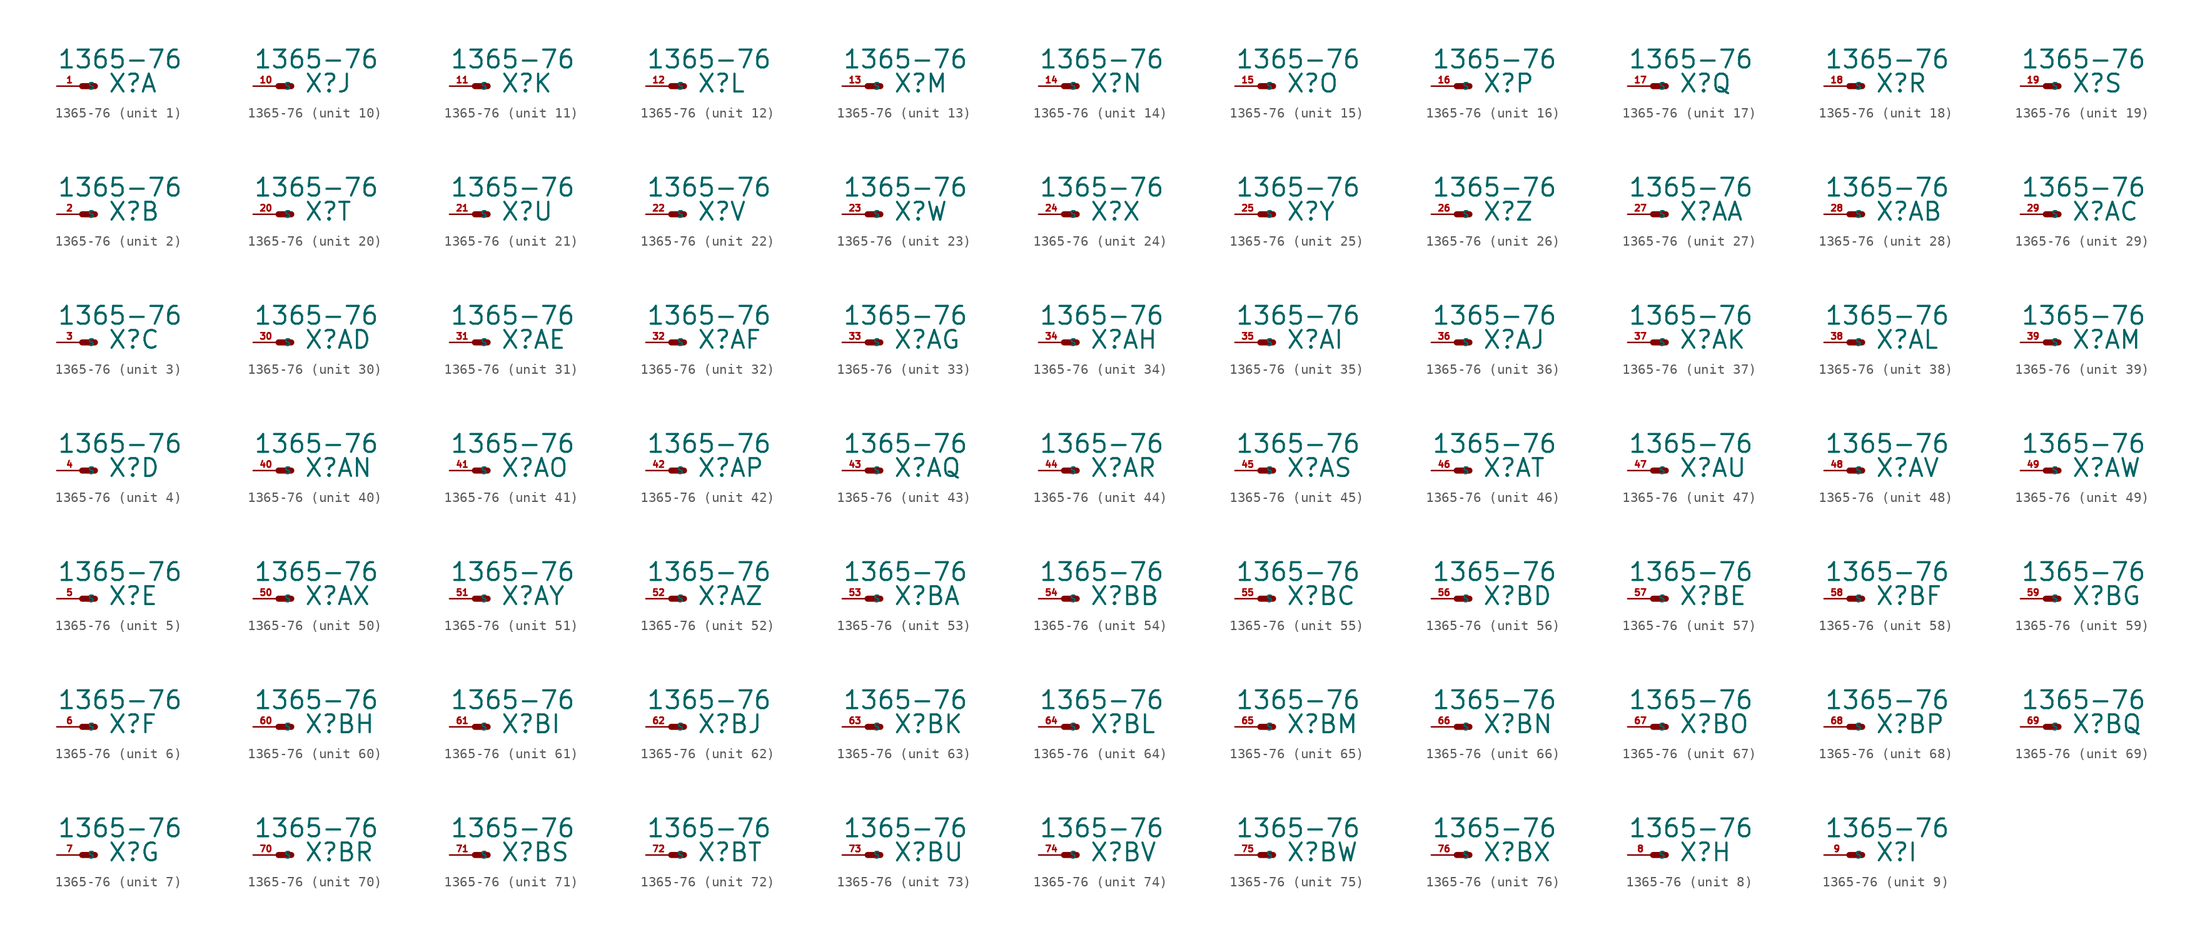
<source format=kicad_sym>
(kicad_symbol_lib
  (version 20220914)
  (generator Eagle2Kicad)
  (symbol "1365-76"
    (property "Reference" "X"
      (at 2.54 -0.762 0)
      (effects (font (size 1.778 1.778) (thickness 0.22)) (justify left bottom)))
    (property "Value" "1365-76"
      (at -2.54 1.651 0)
      (effects (font (size 1.778 1.778) (thickness 0.22)) (justify left bottom)))
    (symbol "1365-76_1_0"
      (polyline (pts (xy 0 0) (xy 1.27 0)) (stroke (width 0.61) (type default)) (fill (type none)))
      (pin passive line (at -2.54 0 0) (length 2.54) (name "S" (effects (font (size 0.635 0.635) (thickness 0.08)) (justify left bottom))) (number "1" (effects (font (size 0.635 0.635) (thickness 0.08)) (justify left bottom)))))
    (symbol "1365-76_2_0"
      (polyline (pts (xy 0 0) (xy 1.27 0)) (stroke (width 0.61) (type default)) (fill (type none)))
      (pin passive line (at -2.54 0 0) (length 2.54) (name "S" (effects (font (size 0.635 0.635) (thickness 0.08)) (justify left bottom))) (number "2" (effects (font (size 0.635 0.635) (thickness 0.08)) (justify left bottom)))))
    (symbol "1365-76_3_0"
      (polyline (pts (xy 0 0) (xy 1.27 0)) (stroke (width 0.61) (type default)) (fill (type none)))
      (pin passive line (at -2.54 0 0) (length 2.54) (name "S" (effects (font (size 0.635 0.635) (thickness 0.08)) (justify left bottom))) (number "3" (effects (font (size 0.635 0.635) (thickness 0.08)) (justify left bottom)))))
    (symbol "1365-76_4_0"
      (polyline (pts (xy 0 0) (xy 1.27 0)) (stroke (width 0.61) (type default)) (fill (type none)))
      (pin passive line (at -2.54 0 0) (length 2.54) (name "S" (effects (font (size 0.635 0.635) (thickness 0.08)) (justify left bottom))) (number "4" (effects (font (size 0.635 0.635) (thickness 0.08)) (justify left bottom)))))
    (symbol "1365-76_5_0"
      (polyline (pts (xy 0 0) (xy 1.27 0)) (stroke (width 0.61) (type default)) (fill (type none)))
      (pin passive line (at -2.54 0 0) (length 2.54) (name "S" (effects (font (size 0.635 0.635) (thickness 0.08)) (justify left bottom))) (number "5" (effects (font (size 0.635 0.635) (thickness 0.08)) (justify left bottom)))))
    (symbol "1365-76_6_0"
      (polyline (pts (xy 0 0) (xy 1.27 0)) (stroke (width 0.61) (type default)) (fill (type none)))
      (pin passive line (at -2.54 0 0) (length 2.54) (name "S" (effects (font (size 0.635 0.635) (thickness 0.08)) (justify left bottom))) (number "6" (effects (font (size 0.635 0.635) (thickness 0.08)) (justify left bottom)))))
    (symbol "1365-76_7_0"
      (polyline (pts (xy 0 0) (xy 1.27 0)) (stroke (width 0.61) (type default)) (fill (type none)))
      (pin passive line (at -2.54 0 0) (length 2.54) (name "S" (effects (font (size 0.635 0.635) (thickness 0.08)) (justify left bottom))) (number "7" (effects (font (size 0.635 0.635) (thickness 0.08)) (justify left bottom)))))
    (symbol "1365-76_8_0"
      (polyline (pts (xy 0 0) (xy 1.27 0)) (stroke (width 0.61) (type default)) (fill (type none)))
      (pin passive line (at -2.54 0 0) (length 2.54) (name "S" (effects (font (size 0.635 0.635) (thickness 0.08)) (justify left bottom))) (number "8" (effects (font (size 0.635 0.635) (thickness 0.08)) (justify left bottom)))))
    (symbol "1365-76_9_0"
      (polyline (pts (xy 0 0) (xy 1.27 0)) (stroke (width 0.61) (type default)) (fill (type none)))
      (pin passive line (at -2.54 0 0) (length 2.54) (name "S" (effects (font (size 0.635 0.635) (thickness 0.08)) (justify left bottom))) (number "9" (effects (font (size 0.635 0.635) (thickness 0.08)) (justify left bottom)))))
    (symbol "1365-76_10_0"
      (polyline (pts (xy 0 0) (xy 1.27 0)) (stroke (width 0.61) (type default)) (fill (type none)))
      (pin passive line (at -2.54 0 0) (length 2.54) (name "S" (effects (font (size 0.635 0.635) (thickness 0.08)) (justify left bottom))) (number "10" (effects (font (size 0.635 0.635) (thickness 0.08)) (justify left bottom)))))
    (symbol "1365-76_11_0"
      (polyline (pts (xy 0 0) (xy 1.27 0)) (stroke (width 0.61) (type default)) (fill (type none)))
      (pin passive line (at -2.54 0 0) (length 2.54) (name "S" (effects (font (size 0.635 0.635) (thickness 0.08)) (justify left bottom))) (number "11" (effects (font (size 0.635 0.635) (thickness 0.08)) (justify left bottom)))))
    (symbol "1365-76_12_0"
      (polyline (pts (xy 0 0) (xy 1.27 0)) (stroke (width 0.61) (type default)) (fill (type none)))
      (pin passive line (at -2.54 0 0) (length 2.54) (name "S" (effects (font (size 0.635 0.635) (thickness 0.08)) (justify left bottom))) (number "12" (effects (font (size 0.635 0.635) (thickness 0.08)) (justify left bottom)))))
    (symbol "1365-76_13_0"
      (polyline (pts (xy 0 0) (xy 1.27 0)) (stroke (width 0.61) (type default)) (fill (type none)))
      (pin passive line (at -2.54 0 0) (length 2.54) (name "S" (effects (font (size 0.635 0.635) (thickness 0.08)) (justify left bottom))) (number "13" (effects (font (size 0.635 0.635) (thickness 0.08)) (justify left bottom)))))
    (symbol "1365-76_14_0"
      (polyline (pts (xy 0 0) (xy 1.27 0)) (stroke (width 0.61) (type default)) (fill (type none)))
      (pin passive line (at -2.54 0 0) (length 2.54) (name "S" (effects (font (size 0.635 0.635) (thickness 0.08)) (justify left bottom))) (number "14" (effects (font (size 0.635 0.635) (thickness 0.08)) (justify left bottom)))))
    (symbol "1365-76_15_0"
      (polyline (pts (xy 0 0) (xy 1.27 0)) (stroke (width 0.61) (type default)) (fill (type none)))
      (pin passive line (at -2.54 0 0) (length 2.54) (name "S" (effects (font (size 0.635 0.635) (thickness 0.08)) (justify left bottom))) (number "15" (effects (font (size 0.635 0.635) (thickness 0.08)) (justify left bottom)))))
    (symbol "1365-76_16_0"
      (polyline (pts (xy 0 0) (xy 1.27 0)) (stroke (width 0.61) (type default)) (fill (type none)))
      (pin passive line (at -2.54 0 0) (length 2.54) (name "S" (effects (font (size 0.635 0.635) (thickness 0.08)) (justify left bottom))) (number "16" (effects (font (size 0.635 0.635) (thickness 0.08)) (justify left bottom)))))
    (symbol "1365-76_17_0"
      (polyline (pts (xy 0 0) (xy 1.27 0)) (stroke (width 0.61) (type default)) (fill (type none)))
      (pin passive line (at -2.54 0 0) (length 2.54) (name "S" (effects (font (size 0.635 0.635) (thickness 0.08)) (justify left bottom))) (number "17" (effects (font (size 0.635 0.635) (thickness 0.08)) (justify left bottom)))))
    (symbol "1365-76_18_0"
      (polyline (pts (xy 0 0) (xy 1.27 0)) (stroke (width 0.61) (type default)) (fill (type none)))
      (pin passive line (at -2.54 0 0) (length 2.54) (name "S" (effects (font (size 0.635 0.635) (thickness 0.08)) (justify left bottom))) (number "18" (effects (font (size 0.635 0.635) (thickness 0.08)) (justify left bottom)))))
    (symbol "1365-76_19_0"
      (polyline (pts (xy 0 0) (xy 1.27 0)) (stroke (width 0.61) (type default)) (fill (type none)))
      (pin passive line (at -2.54 0 0) (length 2.54) (name "S" (effects (font (size 0.635 0.635) (thickness 0.08)) (justify left bottom))) (number "19" (effects (font (size 0.635 0.635) (thickness 0.08)) (justify left bottom)))))
    (symbol "1365-76_20_0"
      (polyline (pts (xy 0 0) (xy 1.27 0)) (stroke (width 0.61) (type default)) (fill (type none)))
      (pin passive line (at -2.54 0 0) (length 2.54) (name "S" (effects (font (size 0.635 0.635) (thickness 0.08)) (justify left bottom))) (number "20" (effects (font (size 0.635 0.635) (thickness 0.08)) (justify left bottom)))))
    (symbol "1365-76_21_0"
      (polyline (pts (xy 0 0) (xy 1.27 0)) (stroke (width 0.61) (type default)) (fill (type none)))
      (pin passive line (at -2.54 0 0) (length 2.54) (name "S" (effects (font (size 0.635 0.635) (thickness 0.08)) (justify left bottom))) (number "21" (effects (font (size 0.635 0.635) (thickness 0.08)) (justify left bottom)))))
    (symbol "1365-76_22_0"
      (polyline (pts (xy 0 0) (xy 1.27 0)) (stroke (width 0.61) (type default)) (fill (type none)))
      (pin passive line (at -2.54 0 0) (length 2.54) (name "S" (effects (font (size 0.635 0.635) (thickness 0.08)) (justify left bottom))) (number "22" (effects (font (size 0.635 0.635) (thickness 0.08)) (justify left bottom)))))
    (symbol "1365-76_23_0"
      (polyline (pts (xy 0 0) (xy 1.27 0)) (stroke (width 0.61) (type default)) (fill (type none)))
      (pin passive line (at -2.54 0 0) (length 2.54) (name "S" (effects (font (size 0.635 0.635) (thickness 0.08)) (justify left bottom))) (number "23" (effects (font (size 0.635 0.635) (thickness 0.08)) (justify left bottom)))))
    (symbol "1365-76_24_0"
      (polyline (pts (xy 0 0) (xy 1.27 0)) (stroke (width 0.61) (type default)) (fill (type none)))
      (pin passive line (at -2.54 0 0) (length 2.54) (name "S" (effects (font (size 0.635 0.635) (thickness 0.08)) (justify left bottom))) (number "24" (effects (font (size 0.635 0.635) (thickness 0.08)) (justify left bottom)))))
    (symbol "1365-76_25_0"
      (polyline (pts (xy 0 0) (xy 1.27 0)) (stroke (width 0.61) (type default)) (fill (type none)))
      (pin passive line (at -2.54 0 0) (length 2.54) (name "S" (effects (font (size 0.635 0.635) (thickness 0.08)) (justify left bottom))) (number "25" (effects (font (size 0.635 0.635) (thickness 0.08)) (justify left bottom)))))
    (symbol "1365-76_26_0"
      (polyline (pts (xy 0 0) (xy 1.27 0)) (stroke (width 0.61) (type default)) (fill (type none)))
      (pin passive line (at -2.54 0 0) (length 2.54) (name "S" (effects (font (size 0.635 0.635) (thickness 0.08)) (justify left bottom))) (number "26" (effects (font (size 0.635 0.635) (thickness 0.08)) (justify left bottom)))))
    (symbol "1365-76_27_0"
      (polyline (pts (xy 0 0) (xy 1.27 0)) (stroke (width 0.61) (type default)) (fill (type none)))
      (pin passive line (at -2.54 0 0) (length 2.54) (name "S" (effects (font (size 0.635 0.635) (thickness 0.08)) (justify left bottom))) (number "27" (effects (font (size 0.635 0.635) (thickness 0.08)) (justify left bottom)))))
    (symbol "1365-76_28_0"
      (polyline (pts (xy 0 0) (xy 1.27 0)) (stroke (width 0.61) (type default)) (fill (type none)))
      (pin passive line (at -2.54 0 0) (length 2.54) (name "S" (effects (font (size 0.635 0.635) (thickness 0.08)) (justify left bottom))) (number "28" (effects (font (size 0.635 0.635) (thickness 0.08)) (justify left bottom)))))
    (symbol "1365-76_29_0"
      (polyline (pts (xy 0 0) (xy 1.27 0)) (stroke (width 0.61) (type default)) (fill (type none)))
      (pin passive line (at -2.54 0 0) (length 2.54) (name "S" (effects (font (size 0.635 0.635) (thickness 0.08)) (justify left bottom))) (number "29" (effects (font (size 0.635 0.635) (thickness 0.08)) (justify left bottom)))))
    (symbol "1365-76_30_0"
      (polyline (pts (xy 0 0) (xy 1.27 0)) (stroke (width 0.61) (type default)) (fill (type none)))
      (pin passive line (at -2.54 0 0) (length 2.54) (name "S" (effects (font (size 0.635 0.635) (thickness 0.08)) (justify left bottom))) (number "30" (effects (font (size 0.635 0.635) (thickness 0.08)) (justify left bottom)))))
    (symbol "1365-76_31_0"
      (polyline (pts (xy 0 0) (xy 1.27 0)) (stroke (width 0.61) (type default)) (fill (type none)))
      (pin passive line (at -2.54 0 0) (length 2.54) (name "S" (effects (font (size 0.635 0.635) (thickness 0.08)) (justify left bottom))) (number "31" (effects (font (size 0.635 0.635) (thickness 0.08)) (justify left bottom)))))
    (symbol "1365-76_32_0"
      (polyline (pts (xy 0 0) (xy 1.27 0)) (stroke (width 0.61) (type default)) (fill (type none)))
      (pin passive line (at -2.54 0 0) (length 2.54) (name "S" (effects (font (size 0.635 0.635) (thickness 0.08)) (justify left bottom))) (number "32" (effects (font (size 0.635 0.635) (thickness 0.08)) (justify left bottom)))))
    (symbol "1365-76_33_0"
      (polyline (pts (xy 0 0) (xy 1.27 0)) (stroke (width 0.61) (type default)) (fill (type none)))
      (pin passive line (at -2.54 0 0) (length 2.54) (name "S" (effects (font (size 0.635 0.635) (thickness 0.08)) (justify left bottom))) (number "33" (effects (font (size 0.635 0.635) (thickness 0.08)) (justify left bottom)))))
    (symbol "1365-76_34_0"
      (polyline (pts (xy 0 0) (xy 1.27 0)) (stroke (width 0.61) (type default)) (fill (type none)))
      (pin passive line (at -2.54 0 0) (length 2.54) (name "S" (effects (font (size 0.635 0.635) (thickness 0.08)) (justify left bottom))) (number "34" (effects (font (size 0.635 0.635) (thickness 0.08)) (justify left bottom)))))
    (symbol "1365-76_35_0"
      (polyline (pts (xy 0 0) (xy 1.27 0)) (stroke (width 0.61) (type default)) (fill (type none)))
      (pin passive line (at -2.54 0 0) (length 2.54) (name "S" (effects (font (size 0.635 0.635) (thickness 0.08)) (justify left bottom))) (number "35" (effects (font (size 0.635 0.635) (thickness 0.08)) (justify left bottom)))))
    (symbol "1365-76_36_0"
      (polyline (pts (xy 0 0) (xy 1.27 0)) (stroke (width 0.61) (type default)) (fill (type none)))
      (pin passive line (at -2.54 0 0) (length 2.54) (name "S" (effects (font (size 0.635 0.635) (thickness 0.08)) (justify left bottom))) (number "36" (effects (font (size 0.635 0.635) (thickness 0.08)) (justify left bottom)))))
    (symbol "1365-76_37_0"
      (polyline (pts (xy 0 0) (xy 1.27 0)) (stroke (width 0.61) (type default)) (fill (type none)))
      (pin passive line (at -2.54 0 0) (length 2.54) (name "S" (effects (font (size 0.635 0.635) (thickness 0.08)) (justify left bottom))) (number "37" (effects (font (size 0.635 0.635) (thickness 0.08)) (justify left bottom)))))
    (symbol "1365-76_38_0"
      (polyline (pts (xy 0 0) (xy 1.27 0)) (stroke (width 0.61) (type default)) (fill (type none)))
      (pin passive line (at -2.54 0 0) (length 2.54) (name "S" (effects (font (size 0.635 0.635) (thickness 0.08)) (justify left bottom))) (number "38" (effects (font (size 0.635 0.635) (thickness 0.08)) (justify left bottom)))))
    (symbol "1365-76_39_0"
      (polyline (pts (xy 0 0) (xy 1.27 0)) (stroke (width 0.61) (type default)) (fill (type none)))
      (pin passive line (at -2.54 0 0) (length 2.54) (name "S" (effects (font (size 0.635 0.635) (thickness 0.08)) (justify left bottom))) (number "39" (effects (font (size 0.635 0.635) (thickness 0.08)) (justify left bottom)))))
    (symbol "1365-76_40_0"
      (polyline (pts (xy 0 0) (xy 1.27 0)) (stroke (width 0.61) (type default)) (fill (type none)))
      (pin passive line (at -2.54 0 0) (length 2.54) (name "S" (effects (font (size 0.635 0.635) (thickness 0.08)) (justify left bottom))) (number "40" (effects (font (size 0.635 0.635) (thickness 0.08)) (justify left bottom)))))
    (symbol "1365-76_41_0"
      (polyline (pts (xy 0 0) (xy 1.27 0)) (stroke (width 0.61) (type default)) (fill (type none)))
      (pin passive line (at -2.54 0 0) (length 2.54) (name "S" (effects (font (size 0.635 0.635) (thickness 0.08)) (justify left bottom))) (number "41" (effects (font (size 0.635 0.635) (thickness 0.08)) (justify left bottom)))))
    (symbol "1365-76_42_0"
      (polyline (pts (xy 0 0) (xy 1.27 0)) (stroke (width 0.61) (type default)) (fill (type none)))
      (pin passive line (at -2.54 0 0) (length 2.54) (name "S" (effects (font (size 0.635 0.635) (thickness 0.08)) (justify left bottom))) (number "42" (effects (font (size 0.635 0.635) (thickness 0.08)) (justify left bottom)))))
    (symbol "1365-76_43_0"
      (polyline (pts (xy 0 0) (xy 1.27 0)) (stroke (width 0.61) (type default)) (fill (type none)))
      (pin passive line (at -2.54 0 0) (length 2.54) (name "S" (effects (font (size 0.635 0.635) (thickness 0.08)) (justify left bottom))) (number "43" (effects (font (size 0.635 0.635) (thickness 0.08)) (justify left bottom)))))
    (symbol "1365-76_44_0"
      (polyline (pts (xy 0 0) (xy 1.27 0)) (stroke (width 0.61) (type default)) (fill (type none)))
      (pin passive line (at -2.54 0 0) (length 2.54) (name "S" (effects (font (size 0.635 0.635) (thickness 0.08)) (justify left bottom))) (number "44" (effects (font (size 0.635 0.635) (thickness 0.08)) (justify left bottom)))))
    (symbol "1365-76_45_0"
      (polyline (pts (xy 0 0) (xy 1.27 0)) (stroke (width 0.61) (type default)) (fill (type none)))
      (pin passive line (at -2.54 0 0) (length 2.54) (name "S" (effects (font (size 0.635 0.635) (thickness 0.08)) (justify left bottom))) (number "45" (effects (font (size 0.635 0.635) (thickness 0.08)) (justify left bottom)))))
    (symbol "1365-76_46_0"
      (polyline (pts (xy 0 0) (xy 1.27 0)) (stroke (width 0.61) (type default)) (fill (type none)))
      (pin passive line (at -2.54 0 0) (length 2.54) (name "S" (effects (font (size 0.635 0.635) (thickness 0.08)) (justify left bottom))) (number "46" (effects (font (size 0.635 0.635) (thickness 0.08)) (justify left bottom)))))
    (symbol "1365-76_47_0"
      (polyline (pts (xy 0 0) (xy 1.27 0)) (stroke (width 0.61) (type default)) (fill (type none)))
      (pin passive line (at -2.54 0 0) (length 2.54) (name "S" (effects (font (size 0.635 0.635) (thickness 0.08)) (justify left bottom))) (number "47" (effects (font (size 0.635 0.635) (thickness 0.08)) (justify left bottom)))))
    (symbol "1365-76_48_0"
      (polyline (pts (xy 0 0) (xy 1.27 0)) (stroke (width 0.61) (type default)) (fill (type none)))
      (pin passive line (at -2.54 0 0) (length 2.54) (name "S" (effects (font (size 0.635 0.635) (thickness 0.08)) (justify left bottom))) (number "48" (effects (font (size 0.635 0.635) (thickness 0.08)) (justify left bottom)))))
    (symbol "1365-76_49_0"
      (polyline (pts (xy 0 0) (xy 1.27 0)) (stroke (width 0.61) (type default)) (fill (type none)))
      (pin passive line (at -2.54 0 0) (length 2.54) (name "S" (effects (font (size 0.635 0.635) (thickness 0.08)) (justify left bottom))) (number "49" (effects (font (size 0.635 0.635) (thickness 0.08)) (justify left bottom)))))
    (symbol "1365-76_50_0"
      (polyline (pts (xy 0 0) (xy 1.27 0)) (stroke (width 0.61) (type default)) (fill (type none)))
      (pin passive line (at -2.54 0 0) (length 2.54) (name "S" (effects (font (size 0.635 0.635) (thickness 0.08)) (justify left bottom))) (number "50" (effects (font (size 0.635 0.635) (thickness 0.08)) (justify left bottom)))))
    (symbol "1365-76_51_0"
      (polyline (pts (xy 0 0) (xy 1.27 0)) (stroke (width 0.61) (type default)) (fill (type none)))
      (pin passive line (at -2.54 0 0) (length 2.54) (name "S" (effects (font (size 0.635 0.635) (thickness 0.08)) (justify left bottom))) (number "51" (effects (font (size 0.635 0.635) (thickness 0.08)) (justify left bottom)))))
    (symbol "1365-76_52_0"
      (polyline (pts (xy 0 0) (xy 1.27 0)) (stroke (width 0.61) (type default)) (fill (type none)))
      (pin passive line (at -2.54 0 0) (length 2.54) (name "S" (effects (font (size 0.635 0.635) (thickness 0.08)) (justify left bottom))) (number "52" (effects (font (size 0.635 0.635) (thickness 0.08)) (justify left bottom)))))
    (symbol "1365-76_53_0"
      (polyline (pts (xy 0 0) (xy 1.27 0)) (stroke (width 0.61) (type default)) (fill (type none)))
      (pin passive line (at -2.54 0 0) (length 2.54) (name "S" (effects (font (size 0.635 0.635) (thickness 0.08)) (justify left bottom))) (number "53" (effects (font (size 0.635 0.635) (thickness 0.08)) (justify left bottom)))))
    (symbol "1365-76_54_0"
      (polyline (pts (xy 0 0) (xy 1.27 0)) (stroke (width 0.61) (type default)) (fill (type none)))
      (pin passive line (at -2.54 0 0) (length 2.54) (name "S" (effects (font (size 0.635 0.635) (thickness 0.08)) (justify left bottom))) (number "54" (effects (font (size 0.635 0.635) (thickness 0.08)) (justify left bottom)))))
    (symbol "1365-76_55_0"
      (polyline (pts (xy 0 0) (xy 1.27 0)) (stroke (width 0.61) (type default)) (fill (type none)))
      (pin passive line (at -2.54 0 0) (length 2.54) (name "S" (effects (font (size 0.635 0.635) (thickness 0.08)) (justify left bottom))) (number "55" (effects (font (size 0.635 0.635) (thickness 0.08)) (justify left bottom)))))
    (symbol "1365-76_56_0"
      (polyline (pts (xy 0 0) (xy 1.27 0)) (stroke (width 0.61) (type default)) (fill (type none)))
      (pin passive line (at -2.54 0 0) (length 2.54) (name "S" (effects (font (size 0.635 0.635) (thickness 0.08)) (justify left bottom))) (number "56" (effects (font (size 0.635 0.635) (thickness 0.08)) (justify left bottom)))))
    (symbol "1365-76_57_0"
      (polyline (pts (xy 0 0) (xy 1.27 0)) (stroke (width 0.61) (type default)) (fill (type none)))
      (pin passive line (at -2.54 0 0) (length 2.54) (name "S" (effects (font (size 0.635 0.635) (thickness 0.08)) (justify left bottom))) (number "57" (effects (font (size 0.635 0.635) (thickness 0.08)) (justify left bottom)))))
    (symbol "1365-76_58_0"
      (polyline (pts (xy 0 0) (xy 1.27 0)) (stroke (width 0.61) (type default)) (fill (type none)))
      (pin passive line (at -2.54 0 0) (length 2.54) (name "S" (effects (font (size 0.635 0.635) (thickness 0.08)) (justify left bottom))) (number "58" (effects (font (size 0.635 0.635) (thickness 0.08)) (justify left bottom)))))
    (symbol "1365-76_59_0"
      (polyline (pts (xy 0 0) (xy 1.27 0)) (stroke (width 0.61) (type default)) (fill (type none)))
      (pin passive line (at -2.54 0 0) (length 2.54) (name "S" (effects (font (size 0.635 0.635) (thickness 0.08)) (justify left bottom))) (number "59" (effects (font (size 0.635 0.635) (thickness 0.08)) (justify left bottom)))))
    (symbol "1365-76_60_0"
      (polyline (pts (xy 0 0) (xy 1.27 0)) (stroke (width 0.61) (type default)) (fill (type none)))
      (pin passive line (at -2.54 0 0) (length 2.54) (name "S" (effects (font (size 0.635 0.635) (thickness 0.08)) (justify left bottom))) (number "60" (effects (font (size 0.635 0.635) (thickness 0.08)) (justify left bottom)))))
    (symbol "1365-76_61_0"
      (polyline (pts (xy 0 0) (xy 1.27 0)) (stroke (width 0.61) (type default)) (fill (type none)))
      (pin passive line (at -2.54 0 0) (length 2.54) (name "S" (effects (font (size 0.635 0.635) (thickness 0.08)) (justify left bottom))) (number "61" (effects (font (size 0.635 0.635) (thickness 0.08)) (justify left bottom)))))
    (symbol "1365-76_62_0"
      (polyline (pts (xy 0 0) (xy 1.27 0)) (stroke (width 0.61) (type default)) (fill (type none)))
      (pin passive line (at -2.54 0 0) (length 2.54) (name "S" (effects (font (size 0.635 0.635) (thickness 0.08)) (justify left bottom))) (number "62" (effects (font (size 0.635 0.635) (thickness 0.08)) (justify left bottom)))))
    (symbol "1365-76_63_0"
      (polyline (pts (xy 0 0) (xy 1.27 0)) (stroke (width 0.61) (type default)) (fill (type none)))
      (pin passive line (at -2.54 0 0) (length 2.54) (name "S" (effects (font (size 0.635 0.635) (thickness 0.08)) (justify left bottom))) (number "63" (effects (font (size 0.635 0.635) (thickness 0.08)) (justify left bottom)))))
    (symbol "1365-76_64_0"
      (polyline (pts (xy 0 0) (xy 1.27 0)) (stroke (width 0.61) (type default)) (fill (type none)))
      (pin passive line (at -2.54 0 0) (length 2.54) (name "S" (effects (font (size 0.635 0.635) (thickness 0.08)) (justify left bottom))) (number "64" (effects (font (size 0.635 0.635) (thickness 0.08)) (justify left bottom)))))
    (symbol "1365-76_65_0"
      (polyline (pts (xy 0 0) (xy 1.27 0)) (stroke (width 0.61) (type default)) (fill (type none)))
      (pin passive line (at -2.54 0 0) (length 2.54) (name "S" (effects (font (size 0.635 0.635) (thickness 0.08)) (justify left bottom))) (number "65" (effects (font (size 0.635 0.635) (thickness 0.08)) (justify left bottom)))))
    (symbol "1365-76_66_0"
      (polyline (pts (xy 0 0) (xy 1.27 0)) (stroke (width 0.61) (type default)) (fill (type none)))
      (pin passive line (at -2.54 0 0) (length 2.54) (name "S" (effects (font (size 0.635 0.635) (thickness 0.08)) (justify left bottom))) (number "66" (effects (font (size 0.635 0.635) (thickness 0.08)) (justify left bottom)))))
    (symbol "1365-76_67_0"
      (polyline (pts (xy 0 0) (xy 1.27 0)) (stroke (width 0.61) (type default)) (fill (type none)))
      (pin passive line (at -2.54 0 0) (length 2.54) (name "S" (effects (font (size 0.635 0.635) (thickness 0.08)) (justify left bottom))) (number "67" (effects (font (size 0.635 0.635) (thickness 0.08)) (justify left bottom)))))
    (symbol "1365-76_68_0"
      (polyline (pts (xy 0 0) (xy 1.27 0)) (stroke (width 0.61) (type default)) (fill (type none)))
      (pin passive line (at -2.54 0 0) (length 2.54) (name "S" (effects (font (size 0.635 0.635) (thickness 0.08)) (justify left bottom))) (number "68" (effects (font (size 0.635 0.635) (thickness 0.08)) (justify left bottom)))))
    (symbol "1365-76_69_0"
      (polyline (pts (xy 0 0) (xy 1.27 0)) (stroke (width 0.61) (type default)) (fill (type none)))
      (pin passive line (at -2.54 0 0) (length 2.54) (name "S" (effects (font (size 0.635 0.635) (thickness 0.08)) (justify left bottom))) (number "69" (effects (font (size 0.635 0.635) (thickness 0.08)) (justify left bottom)))))
    (symbol "1365-76_70_0"
      (polyline (pts (xy 0 0) (xy 1.27 0)) (stroke (width 0.61) (type default)) (fill (type none)))
      (pin passive line (at -2.54 0 0) (length 2.54) (name "S" (effects (font (size 0.635 0.635) (thickness 0.08)) (justify left bottom))) (number "70" (effects (font (size 0.635 0.635) (thickness 0.08)) (justify left bottom)))))
    (symbol "1365-76_71_0"
      (polyline (pts (xy 0 0) (xy 1.27 0)) (stroke (width 0.61) (type default)) (fill (type none)))
      (pin passive line (at -2.54 0 0) (length 2.54) (name "S" (effects (font (size 0.635 0.635) (thickness 0.08)) (justify left bottom))) (number "71" (effects (font (size 0.635 0.635) (thickness 0.08)) (justify left bottom)))))
    (symbol "1365-76_72_0"
      (polyline (pts (xy 0 0) (xy 1.27 0)) (stroke (width 0.61) (type default)) (fill (type none)))
      (pin passive line (at -2.54 0 0) (length 2.54) (name "S" (effects (font (size 0.635 0.635) (thickness 0.08)) (justify left bottom))) (number "72" (effects (font (size 0.635 0.635) (thickness 0.08)) (justify left bottom)))))
    (symbol "1365-76_73_0"
      (polyline (pts (xy 0 0) (xy 1.27 0)) (stroke (width 0.61) (type default)) (fill (type none)))
      (pin passive line (at -2.54 0 0) (length 2.54) (name "S" (effects (font (size 0.635 0.635) (thickness 0.08)) (justify left bottom))) (number "73" (effects (font (size 0.635 0.635) (thickness 0.08)) (justify left bottom)))))
    (symbol "1365-76_74_0"
      (polyline (pts (xy 0 0) (xy 1.27 0)) (stroke (width 0.61) (type default)) (fill (type none)))
      (pin passive line (at -2.54 0 0) (length 2.54) (name "S" (effects (font (size 0.635 0.635) (thickness 0.08)) (justify left bottom))) (number "74" (effects (font (size 0.635 0.635) (thickness 0.08)) (justify left bottom)))))
    (symbol "1365-76_75_0"
      (polyline (pts (xy 0 0) (xy 1.27 0)) (stroke (width 0.61) (type default)) (fill (type none)))
      (pin passive line (at -2.54 0 0) (length 2.54) (name "S" (effects (font (size 0.635 0.635) (thickness 0.08)) (justify left bottom))) (number "75" (effects (font (size 0.635 0.635) (thickness 0.08)) (justify left bottom)))))
    (symbol "1365-76_76_0"
      (polyline (pts (xy 0 0) (xy 1.27 0)) (stroke (width 0.61) (type default)) (fill (type none)))
      (pin passive line (at -2.54 0 0) (length 2.54) (name "S" (effects (font (size 0.635 0.635) (thickness 0.08)) (justify left bottom))) (number "76" (effects (font (size 0.635 0.635) (thickness 0.08)) (justify left bottom)))))))
</source>
